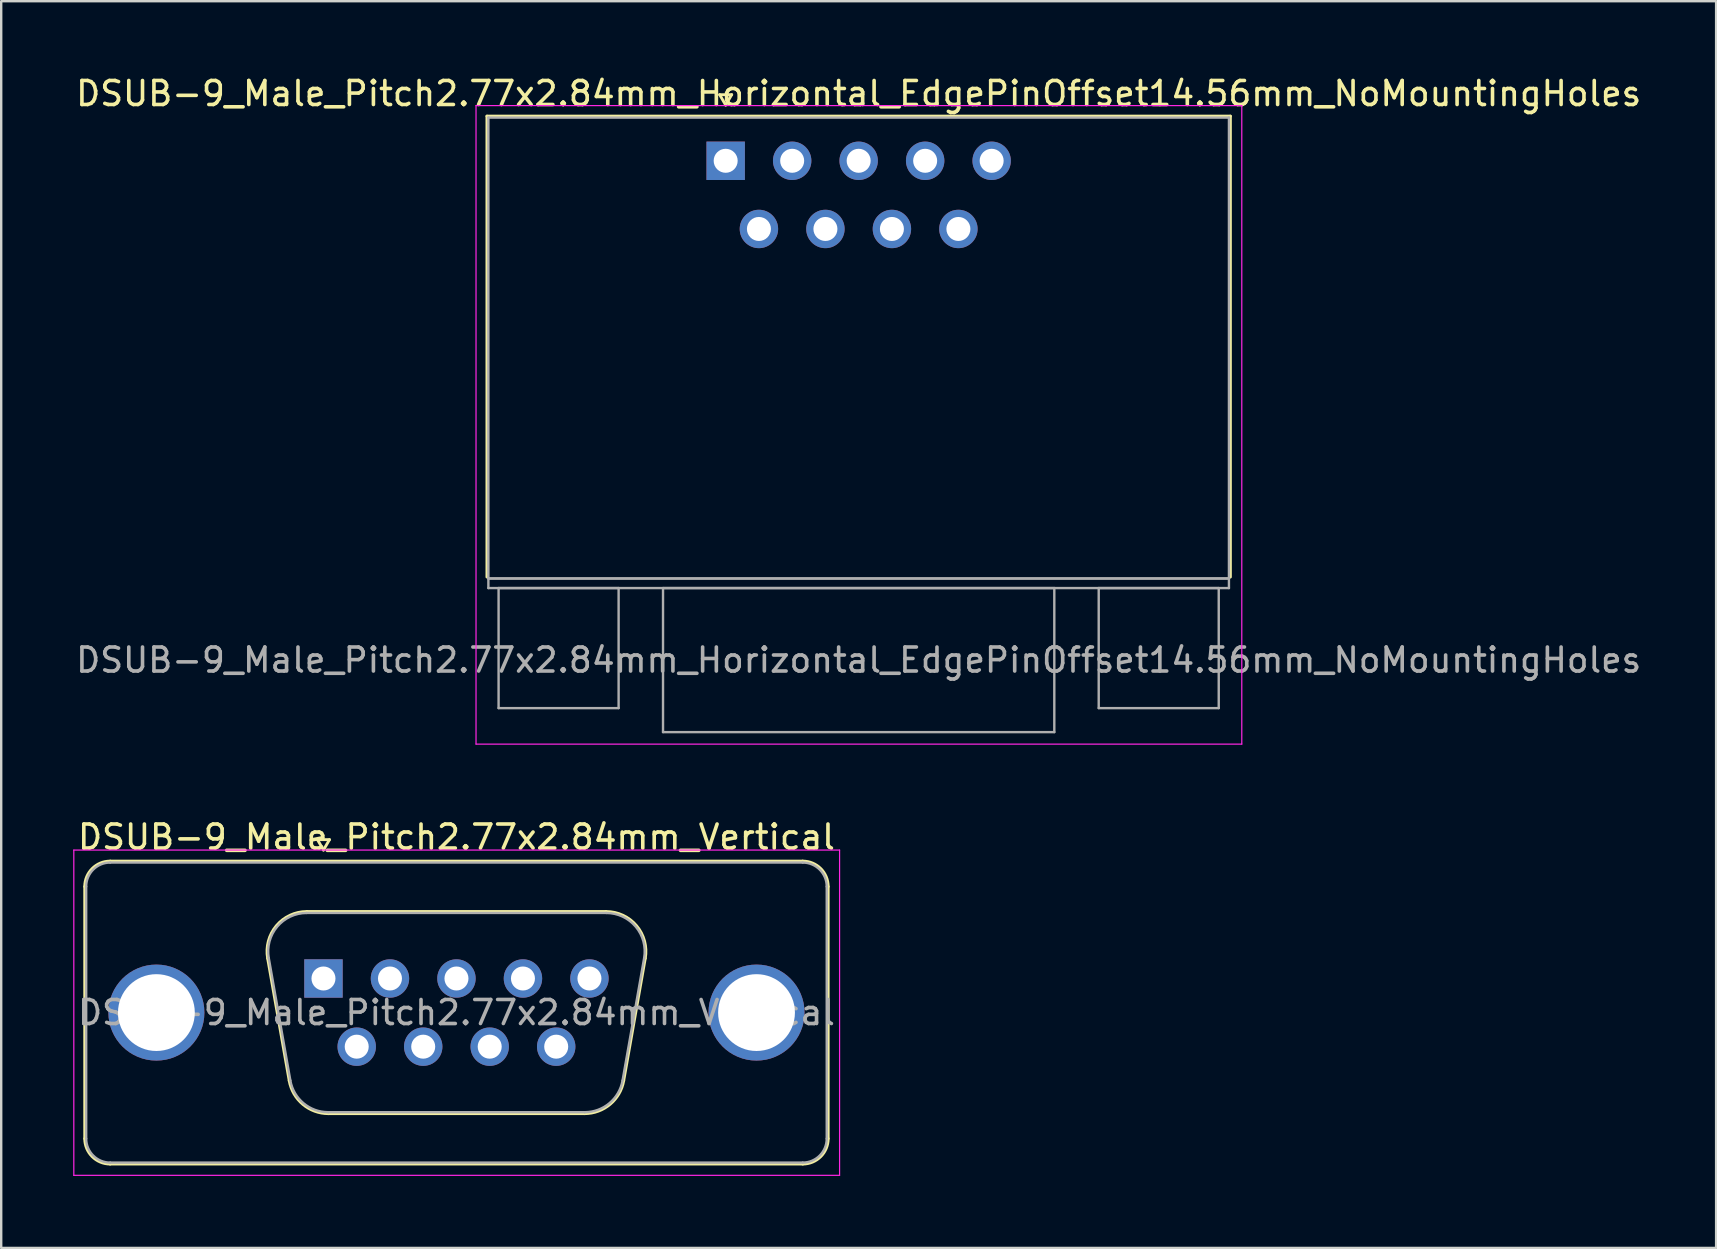
<source format=kicad_pcb>
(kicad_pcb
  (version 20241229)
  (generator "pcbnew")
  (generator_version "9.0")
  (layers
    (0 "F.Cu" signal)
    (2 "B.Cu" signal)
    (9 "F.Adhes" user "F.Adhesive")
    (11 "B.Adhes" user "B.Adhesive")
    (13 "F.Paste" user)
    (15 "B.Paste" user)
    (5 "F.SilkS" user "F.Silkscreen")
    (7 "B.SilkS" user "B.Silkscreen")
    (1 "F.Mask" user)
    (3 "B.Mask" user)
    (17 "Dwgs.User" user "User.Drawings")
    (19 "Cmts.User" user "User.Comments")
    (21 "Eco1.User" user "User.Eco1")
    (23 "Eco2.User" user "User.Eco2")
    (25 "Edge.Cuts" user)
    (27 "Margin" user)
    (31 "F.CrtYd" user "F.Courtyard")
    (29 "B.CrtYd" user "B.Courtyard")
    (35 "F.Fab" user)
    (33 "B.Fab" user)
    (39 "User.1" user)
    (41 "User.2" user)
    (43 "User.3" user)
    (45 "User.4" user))
  (footprint "DSUB-9_Male_Pitch2.77x2.84mm_Horizontal_EdgePinOffset14.56mm_NoMountingHoles"
    (layer "F.Cu")
    (at 27.18 3.648)
    (property "Reference" "DSUB-9_Male_Pitch2.77x2.84mm_Horizontal_EdgePinOffset14.56mm_NoMountingHoles" (at 5.54 -2.8 0) (layer "F.SilkS") (effects (font (size 1 1) (thickness 0.15))))
    (attr through_hole)
    (fp_line (start -9.945 -1.86) (end 21.025 -1.86) (stroke (width 0.12) (type solid)) (layer "F.SilkS"))
    (fp_line (start -9.945 17.34) (end -9.945 -1.86) (stroke (width 0.12) (type solid)) (layer "F.SilkS"))
    (fp_line (start -0.25 -2.754) (end 0.25 -2.754) (stroke (width 0.12) (type solid)) (layer "F.SilkS"))
    (fp_line (start 0 -2.321) (end -0.25 -2.754) (stroke (width 0.12) (type solid)) (layer "F.SilkS"))
    (fp_line (start 0.25 -2.754) (end 0 -2.321) (stroke (width 0.12) (type solid)) (layer "F.SilkS"))
    (fp_line (start 21.025 -1.86) (end 21.025 17.34) (stroke (width 0.12) (type solid)) (layer "F.SilkS"))
    (fp_line (start -10.4 -2.3) (end -10.4 24.3) (stroke (width 0.05) (type solid)) (layer "F.CrtYd"))
    (fp_line (start -10.4 24.3) (end 21.5 24.3) (stroke (width 0.05) (type solid)) (layer "F.CrtYd"))
    (fp_line (start 21.5 -2.3) (end -10.4 -2.3) (stroke (width 0.05) (type solid)) (layer "F.CrtYd"))
    (fp_line (start 21.5 24.3) (end 21.5 -2.3) (stroke (width 0.05) (type solid)) (layer "F.CrtYd"))
    (fp_line (start -9.885 -1.8) (end -9.885 17.4) (stroke (width 0.1) (type solid)) (layer "F.Fab"))
    (fp_line (start -9.885 17.4) (end -9.885 17.8) (stroke (width 0.1) (type solid)) (layer "F.Fab"))
    (fp_line (start -9.885 17.4) (end 20.965 17.4) (stroke (width 0.1) (type solid)) (layer "F.Fab"))
    (fp_line (start -9.885 17.8) (end 20.965 17.8) (stroke (width 0.1) (type solid)) (layer "F.Fab"))
    (fp_line (start -9.46 17.8) (end -9.46 22.8) (stroke (width 0.1) (type solid)) (layer "F.Fab"))
    (fp_line (start -9.46 22.8) (end -4.46 22.8) (stroke (width 0.1) (type solid)) (layer "F.Fab"))
    (fp_line (start -4.46 17.8) (end -9.46 17.8) (stroke (width 0.1) (type solid)) (layer "F.Fab"))
    (fp_line (start -4.46 22.8) (end -4.46 17.8) (stroke (width 0.1) (type solid)) (layer "F.Fab"))
    (fp_line (start -2.61 17.8) (end -2.61 23.8) (stroke (width 0.1) (type solid)) (layer "F.Fab"))
    (fp_line (start -2.61 23.8) (end 13.69 23.8) (stroke (width 0.1) (type solid)) (layer "F.Fab"))
    (fp_line (start 13.69 17.8) (end -2.61 17.8) (stroke (width 0.1) (type solid)) (layer "F.Fab"))
    (fp_line (start 13.69 23.8) (end 13.69 17.8) (stroke (width 0.1) (type solid)) (layer "F.Fab"))
    (fp_line (start 15.54 17.8) (end 15.54 22.8) (stroke (width 0.1) (type solid)) (layer "F.Fab"))
    (fp_line (start 15.54 22.8) (end 20.54 22.8) (stroke (width 0.1) (type solid)) (layer "F.Fab"))
    (fp_line (start 20.54 17.8) (end 15.54 17.8) (stroke (width 0.1) (type solid)) (layer "F.Fab"))
    (fp_line (start 20.54 22.8) (end 20.54 17.8) (stroke (width 0.1) (type solid)) (layer "F.Fab"))
    (fp_line (start 20.965 -1.8) (end -9.885 -1.8) (stroke (width 0.1) (type solid)) (layer "F.Fab"))
    (fp_line (start 20.965 17.4) (end -9.885 17.4) (stroke (width 0.1) (type solid)) (layer "F.Fab"))
    (fp_line (start 20.965 17.4) (end 20.965 -1.8) (stroke (width 0.1) (type solid)) (layer "F.Fab"))
    (fp_line (start 20.965 17.8) (end 20.965 17.4) (stroke (width 0.1) (type solid)) (layer "F.Fab"))
    (fp_text user "${REFERENCE}" (at 5.54 20.8 0) (layer "F.Fab") (effects (font (size 1 1) (thickness 0.15))))
    (pad "1" thru_hole rect (at 0 0) (size 1.6 1.6) (drill 1) (layers "*.Cu" "*.Mask"))
    (pad "2" thru_hole circle (at 2.77 0) (size 1.6 1.6) (drill 1) (layers "*.Cu" "*.Mask"))
    (pad "3" thru_hole circle (at 5.54 0) (size 1.6 1.6) (drill 1) (layers "*.Cu" "*.Mask"))
    (pad "4" thru_hole circle (at 8.31 0) (size 1.6 1.6) (drill 1) (layers "*.Cu" "*.Mask"))
    (pad "5" thru_hole circle (at 11.08 0) (size 1.6 1.6) (drill 1) (layers "*.Cu" "*.Mask"))
    (pad "6" thru_hole circle (at 1.385 2.84) (size 1.6 1.6) (drill 1) (layers "*.Cu" "*.Mask"))
    (pad "7" thru_hole circle (at 4.155 2.84) (size 1.6 1.6) (drill 1) (layers "*.Cu" "*.Mask"))
    (pad "8" thru_hole circle (at 6.925 2.84) (size 1.6 1.6) (drill 1) (layers "*.Cu" "*.Mask"))
    (pad "9" thru_hole circle (at 9.695 2.84) (size 1.6 1.6) (drill 1) (layers "*.Cu" "*.Mask")))
  (footprint "DSUB-9_Male_Pitch2.77x2.84mm_Vertical"
    (layer "F.Cu")
    (at 10.425 37.712)
    (property "Reference" "DSUB-9_Male_Pitch2.77x2.84mm_Vertical" (at 5.54 -5.89 0) (layer "F.SilkS") (effects (font (size 1 1) (thickness 0.15))))
    (attr through_hole)
    (fp_line (start -9.945 6.67) (end -9.945 -3.83) (stroke (width 0.12) (type solid)) (layer "F.SilkS"))
    (fp_line (start -8.885 -4.89) (end 19.965 -4.89) (stroke (width 0.12) (type solid)) (layer "F.SilkS"))
    (fp_line (start -2.326 -0.842) (end -1.427 4.258) (stroke (width 0.12) (type solid)) (layer "F.SilkS"))
    (fp_line (start -0.692 -2.79) (end 11.772 -2.79) (stroke (width 0.12) (type solid)) (layer "F.SilkS"))
    (fp_line (start -0.25 -5.784) (end 0.25 -5.784) (stroke (width 0.12) (type solid)) (layer "F.SilkS"))
    (fp_line (start 0 -5.351) (end -0.25 -5.784) (stroke (width 0.12) (type solid)) (layer "F.SilkS"))
    (fp_line (start 0.208 5.63) (end 10.872 5.63) (stroke (width 0.12) (type solid)) (layer "F.SilkS"))
    (fp_line (start 0.25 -5.784) (end 0 -5.351) (stroke (width 0.12) (type solid)) (layer "F.SilkS"))
    (fp_line (start 13.406 -0.842) (end 12.507 4.258) (stroke (width 0.12) (type solid)) (layer "F.SilkS"))
    (fp_line (start 19.965 7.73) (end -8.885 7.73) (stroke (width 0.12) (type solid)) (layer "F.SilkS"))
    (fp_line (start 21.025 -3.83) (end 21.025 6.67) (stroke (width 0.12) (type solid)) (layer "F.SilkS"))
    (fp_arc (start -9.945 -3.83) (mid -9.634533 -4.579533) (end -8.885 -4.89) (stroke (width 0.12) (type solid)) (layer "F.SilkS"))
    (fp_arc (start -8.885 7.73) (mid -9.634533 7.419533) (end -9.945 6.67) (stroke (width 0.12) (type solid)) (layer "F.SilkS"))
    (fp_arc (start -2.32647 -0.841744) (mid -1.963323 -2.197028) (end -0.691689 -2.79) (stroke (width 0.12) (type solid)) (layer "F.SilkS"))
    (fp_arc (start 0.207579 5.63) (mid -0.859448 5.241634) (end -1.427202 4.258256) (stroke (width 0.12) (type solid)) (layer "F.SilkS"))
    (fp_arc (start 11.771689 -2.79) (mid 13.043323 -2.197027) (end 13.40647 -0.841744) (stroke (width 0.12) (type solid)) (layer "F.SilkS"))
    (fp_arc (start 12.507202 4.258256) (mid 11.939449 5.241634) (end 10.872421 5.63) (stroke (width 0.12) (type solid)) (layer "F.SilkS"))
    (fp_arc (start 19.965 -4.89) (mid 20.714533 -4.579533) (end 21.025 -3.83) (stroke (width 0.12) (type solid)) (layer "F.SilkS"))
    (fp_arc (start 21.025 6.67) (mid 20.714533 7.419533) (end 19.965 7.73) (stroke (width 0.12) (type solid)) (layer "F.SilkS"))
    (fp_line (start -10.4 -5.35) (end -10.4 8.2) (stroke (width 0.05) (type solid)) (layer "F.CrtYd"))
    (fp_line (start -10.4 8.2) (end 21.5 8.2) (stroke (width 0.05) (type solid)) (layer "F.CrtYd"))
    (fp_line (start 21.5 -5.35) (end -10.4 -5.35) (stroke (width 0.05) (type solid)) (layer "F.CrtYd"))
    (fp_line (start 21.5 8.2) (end 21.5 -5.35) (stroke (width 0.05) (type solid)) (layer "F.CrtYd"))
    (fp_line (start -9.885 6.67) (end -9.885 -3.83) (stroke (width 0.1) (type solid)) (layer "F.Fab"))
    (fp_line (start -8.885 -4.83) (end 19.965 -4.83) (stroke (width 0.1) (type solid)) (layer "F.Fab"))
    (fp_line (start -2.279 -0.852) (end -1.38 4.248) (stroke (width 0.1) (type solid)) (layer "F.Fab"))
    (fp_line (start -0.703 -2.73) (end 11.783 -2.73) (stroke (width 0.1) (type solid)) (layer "F.Fab"))
    (fp_line (start 0.196 5.57) (end 10.884 5.57) (stroke (width 0.1) (type solid)) (layer "F.Fab"))
    (fp_line (start 13.359 -0.852) (end 12.46 4.248) (stroke (width 0.1) (type solid)) (layer "F.Fab"))
    (fp_line (start 19.965 7.67) (end -8.885 7.67) (stroke (width 0.1) (type solid)) (layer "F.Fab"))
    (fp_line (start 20.965 -3.83) (end 20.965 6.67) (stroke (width 0.1) (type solid)) (layer "F.Fab"))
    (fp_arc (start -9.885 -3.83) (mid -9.592107 -4.537107) (end -8.885 -4.83) (stroke (width 0.1) (type solid)) (layer "F.Fab"))
    (fp_arc (start -8.885 7.67) (mid -9.592107 7.377107) (end -9.885 6.67) (stroke (width 0.1) (type solid)) (layer "F.Fab"))
    (fp_arc (start -2.278886 -0.852163) (mid -1.928865 -2.15846) (end -0.703194 -2.73) (stroke (width 0.1) (type solid)) (layer "F.Fab"))
    (fp_arc (start 0.196073 5.57) (mid -0.832387 5.195671) (end -1.379619 4.247837) (stroke (width 0.1) (type solid)) (layer "F.Fab"))
    (fp_arc (start 11.783194 -2.73) (mid 13.008865 -2.15846) (end 13.358886 -0.852163) (stroke (width 0.1) (type solid)) (layer "F.Fab"))
    (fp_arc (start 12.459619 4.247837) (mid 11.912387 5.195671) (end 10.883927 5.57) (stroke (width 0.1) (type solid)) (layer "F.Fab"))
    (fp_arc (start 19.965 -4.83) (mid 20.672107 -4.537107) (end 20.965 -3.83) (stroke (width 0.1) (type solid)) (layer "F.Fab"))
    (fp_arc (start 20.965 6.67) (mid 20.672107 7.377107) (end 19.965 7.67) (stroke (width 0.1) (type solid)) (layer "F.Fab"))
    (fp_text user "${REFERENCE}" (at 5.54 1.42 0) (layer "F.Fab") (effects (font (size 1 1) (thickness 0.15))))
    (pad "0" thru_hole circle (at -6.96 1.42) (size 4 4) (drill 3.2) (layers "*.Cu" "*.Mask"))
    (pad "0" thru_hole circle (at 18.04 1.42) (size 4 4) (drill 3.2) (layers "*.Cu" "*.Mask"))
    (pad "1" thru_hole rect (at 0 0) (size 1.6 1.6) (drill 1) (layers "*.Cu" "*.Mask"))
    (pad "2" thru_hole circle (at 2.77 0) (size 1.6 1.6) (drill 1) (layers "*.Cu" "*.Mask"))
    (pad "3" thru_hole circle (at 5.54 0) (size 1.6 1.6) (drill 1) (layers "*.Cu" "*.Mask"))
    (pad "4" thru_hole circle (at 8.31 0) (size 1.6 1.6) (drill 1) (layers "*.Cu" "*.Mask"))
    (pad "5" thru_hole circle (at 11.08 0) (size 1.6 1.6) (drill 1) (layers "*.Cu" "*.Mask"))
    (pad "6" thru_hole circle (at 1.385 2.84) (size 1.6 1.6) (drill 1) (layers "*.Cu" "*.Mask"))
    (pad "7" thru_hole circle (at 4.155 2.84) (size 1.6 1.6) (drill 1) (layers "*.Cu" "*.Mask"))
    (pad "8" thru_hole circle (at 6.925 2.84) (size 1.6 1.6) (drill 1) (layers "*.Cu" "*.Mask"))
    (pad "9" thru_hole circle (at 9.695 2.84) (size 1.6 1.6) (drill 1) (layers "*.Cu" "*.Mask")))
  (gr_rect
    (start -3 -3)
    (end 68.44 48.937)
    (stroke (width 0.1) (type default))
    (fill no)
    (layer "Edge.Cuts")))
</source>
